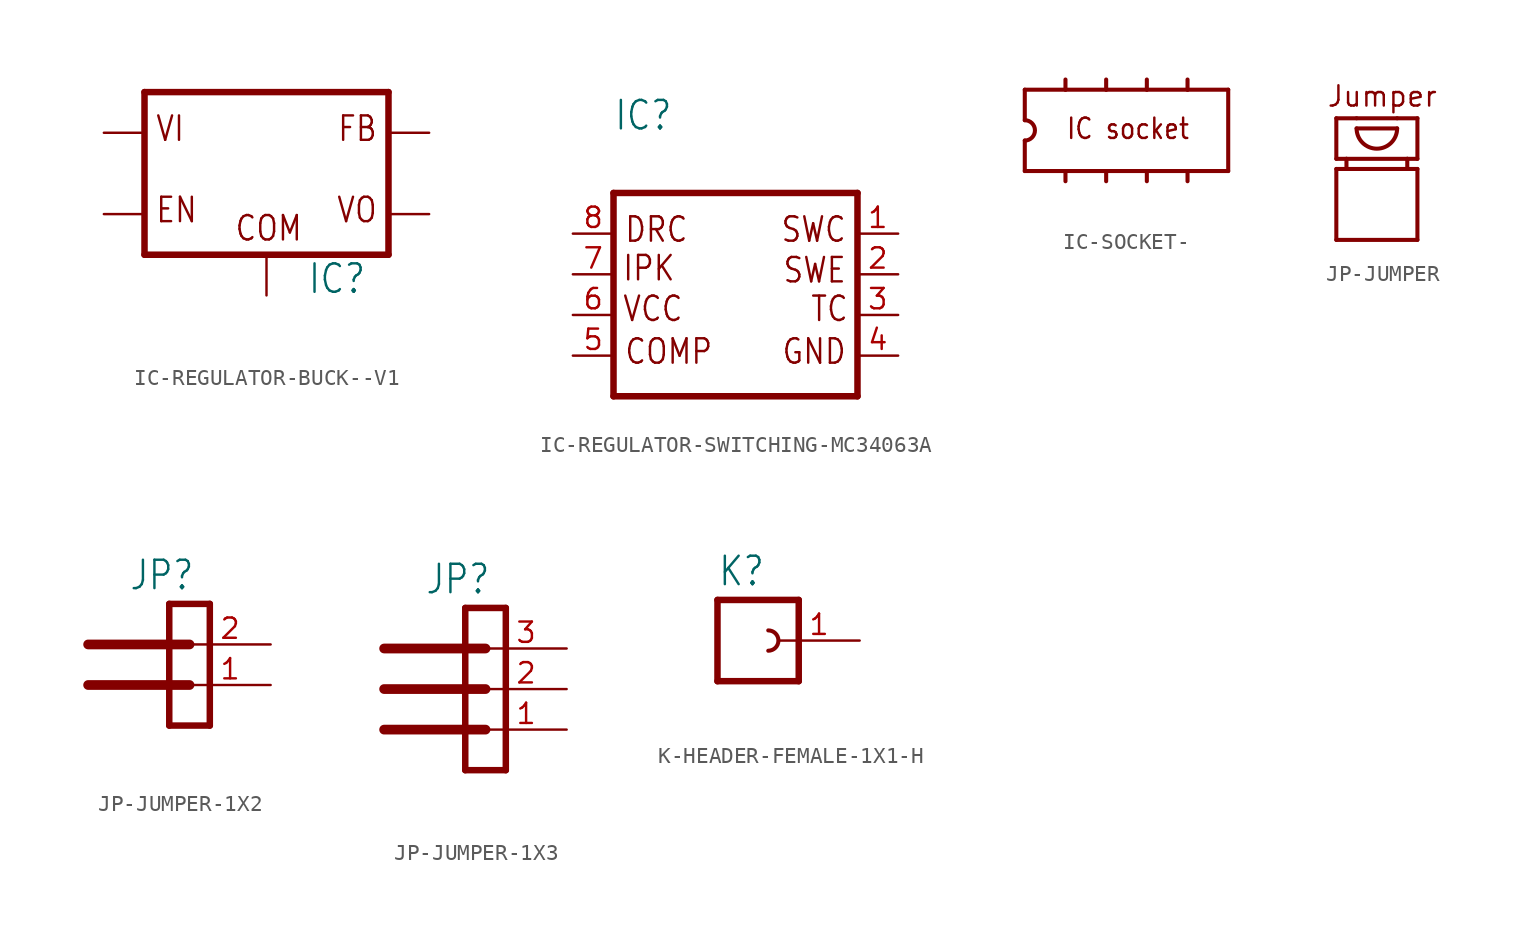
<source format=kicad_sym>
(kicad_symbol_lib
  (version 20231120)
  (generator "kicad_symbol_editor")
  (generator_version "8.0")
  (symbol "IC-REGULATOR-BUCK--V1"
    (property "Reference" "IC"
      (at 2.54 -7.62 0)
      (effects (font (size 1.778 1.511)) (justify left bottom)))
    (property "Value" ""
      (at 2.54 -10.16 0)
      (effects (font (size 1.778 1.511)) (justify left bottom)))
    (property "ki_locked" ""
      (at 0 0 0)
      (effects (font (size 1.27 1.27))))
    (symbol "IC-REGULATOR-BUCK--V1_1_0"
      (polyline (pts (xy -7.62 -5.08) (xy 7.62 -5.08)) (stroke (width 0.406) (type solid)) (fill (type none)))
      (polyline (pts (xy -7.62 5.08) (xy -7.62 -5.08)) (stroke (width 0.406) (type solid)) (fill (type none)))
      (polyline (pts (xy 7.62 -5.08) (xy 7.62 5.08)) (stroke (width 0.406) (type solid)) (fill (type none)))
      (polyline (pts (xy 7.62 5.08) (xy -7.62 5.08)) (stroke (width 0.406) (type solid)) (fill (type none)))
      (text "COM" (at -2.032 -4.318 0) (effects (font (size 1.524 1.295)) (justify left bottom)))
      (text "EN" (at -6.985 -3.175 0) (effects (font (size 1.524 1.295)) (justify left bottom)))
      (text "FB" (at 6.985 1.905 0) (effects (font (size 1.524 1.295)) (justify right bottom)))
      (text "VI" (at -6.985 1.905 0) (effects (font (size 1.524 1.295)) (justify left bottom)))
      (text "VO" (at 6.985 -3.175 0) (effects (font (size 1.524 1.295)) (justify right bottom)))
      (pin input line (at -10.16 2.54 0) (length 2.54) (name "VI" (effects (font (size 0 0)))) (number "1" (effects (font (size 0 0)))))
      (pin passive line (at 10.16 -2.54 180) (length 2.54) (name "VO" (effects (font (size 0 0)))) (number "2" (effects (font (size 0 0)))))
      (pin input line (at 0 -7.62 90) (length 2.54) (name "COM" (effects (font (size 0 0)))) (number "3" (effects (font (size 0 0)))))
      (pin passive line (at 10.16 2.54 180) (length 2.54) (name "FB" (effects (font (size 0 0)))) (number "4" (effects (font (size 0 0)))))
      (pin input line (at -10.16 -2.54 0) (length 2.54) (name "EN" (effects (font (size 0 0)))) (number "5" (effects (font (size 0 0)))))))
  (symbol "IC-REGULATOR-SWITCHING-MC34063A"
    (property "Reference" "IC"
      (at -7.62 11.43 0)
      (effects (font (size 1.778 1.511)) (justify left bottom)))
    (property "Value" ""
      (at -7.62 8.89 0)
      (effects (font (size 1.778 1.511)) (justify left bottom)))
    (property "ki_locked" ""
      (at 0 0 0)
      (effects (font (size 1.27 1.27))))
    (symbol "IC-REGULATOR-SWITCHING-MC34063A_1_0"
      (polyline (pts (xy -7.62 -5.08) (xy 7.62 -5.08)) (stroke (width 0.406) (type solid)) (fill (type none)))
      (polyline (pts (xy -7.62 7.62) (xy -7.62 -5.08)) (stroke (width 0.406) (type solid)) (fill (type none)))
      (polyline (pts (xy 7.62 -5.08) (xy 7.62 7.62)) (stroke (width 0.406) (type solid)) (fill (type none)))
      (polyline (pts (xy 7.62 7.62) (xy -7.62 7.62)) (stroke (width 0.406) (type solid)) (fill (type none)))
      (text "COMP" (at -6.985 -3.175 0) (effects (font (size 1.524 1.295)) (justify left bottom)))
      (text "DRC" (at -6.985 4.445 0) (effects (font (size 1.524 1.295)) (justify left bottom)))
      (text "GND" (at 6.985 -3.175 0) (effects (font (size 1.524 1.295)) (justify right bottom)))
      (text "IPK" (at -7.112 2.032 0) (effects (font (size 1.524 1.295)) (justify left bottom)))
      (text "SWC" (at 6.985 4.445 0) (effects (font (size 1.524 1.295)) (justify right bottom)))
      (text "SWE" (at 6.985 1.905 0) (effects (font (size 1.524 1.295)) (justify right bottom)))
      (text "TC" (at 7.112 -0.508 0) (effects (font (size 1.524 1.295)) (justify right bottom)))
      (text "VCC" (at -7.112 -0.508 0) (effects (font (size 1.524 1.295)) (justify left bottom)))
      (pin bidirectional line (at 10.16 5.08 180) (length 2.54) (name "1" (effects (font (size 0 0)))) (number "1" (effects (font (size 1.27 1.27)))))
      (pin bidirectional line (at 10.16 2.54 180) (length 2.54) (name "2" (effects (font (size 0 0)))) (number "2" (effects (font (size 1.27 1.27)))))
      (pin input line (at 10.16 0 180) (length 2.54) (name "3" (effects (font (size 0 0)))) (number "3" (effects (font (size 1.27 1.27)))))
      (pin input line (at 10.16 -2.54 180) (length 2.54) (name "4" (effects (font (size 0 0)))) (number "4" (effects (font (size 1.27 1.27)))))
      (pin input line (at -10.16 -2.54 0) (length 2.54) (name "5" (effects (font (size 0 0)))) (number "5" (effects (font (size 1.27 1.27)))))
      (pin input line (at -10.16 0 0) (length 2.54) (name "6" (effects (font (size 0 0)))) (number "6" (effects (font (size 1.27 1.27)))))
      (pin input line (at -10.16 2.54 0) (length 2.54) (name "7" (effects (font (size 0 0)))) (number "7" (effects (font (size 1.27 1.27)))))
      (pin input line (at -10.16 5.08 0) (length 2.54) (name "8" (effects (font (size 0 0)))) (number "8" (effects (font (size 1.27 1.27)))))))
  (symbol "IC-SOCKET-"
    (property "Reference" ""
      (at 0 0 0)
      (effects (font (size 1.27 1.27)) (hide yes)))
    (property "Value" ""
      (at -7.62 -5.08 0)
      (effects (font (size 1.27 1.079)) (justify left bottom)))
    (property "ki_locked" ""
      (at 0 0 0)
      (effects (font (size 1.27 1.27))))
    (symbol "IC-SOCKET-_1_0"
      (arc (start -7.62 -0.635) (mid -6.985 0) (end -7.62 0.635) (stroke (width 0.254) (type solid)) (fill (type none)))
      (polyline (pts (xy -7.62 -0.635) (xy -7.62 -2.54)) (stroke (width 0.254) (type solid)) (fill (type none)))
      (polyline (pts (xy -7.62 2.54) (xy -7.62 0.635)) (stroke (width 0.254) (type solid)) (fill (type none)))
      (polyline (pts (xy -7.62 2.54) (xy -5.08 2.54)) (stroke (width 0.254) (type solid)) (fill (type none)))
      (polyline (pts (xy -5.08 -2.54) (xy -7.62 -2.54)) (stroke (width 0.254) (type solid)) (fill (type none)))
      (polyline (pts (xy -5.08 -2.54) (xy -5.08 -3.175)) (stroke (width 0.254) (type solid)) (fill (type none)))
      (polyline (pts (xy -5.08 2.54) (xy -2.54 2.54)) (stroke (width 0.254) (type solid)) (fill (type none)))
      (polyline (pts (xy -5.08 3.175) (xy -5.08 2.54)) (stroke (width 0.254) (type solid)) (fill (type none)))
      (polyline (pts (xy -2.54 -2.54) (xy -5.08 -2.54)) (stroke (width 0.254) (type solid)) (fill (type none)))
      (polyline (pts (xy -2.54 -2.54) (xy -2.54 -3.175)) (stroke (width 0.254) (type solid)) (fill (type none)))
      (polyline (pts (xy -2.54 2.54) (xy 0 2.54)) (stroke (width 0.254) (type solid)) (fill (type none)))
      (polyline (pts (xy -2.54 3.175) (xy -2.54 2.54)) (stroke (width 0.254) (type solid)) (fill (type none)))
      (polyline (pts (xy 0 -2.54) (xy -2.54 -2.54)) (stroke (width 0.254) (type solid)) (fill (type none)))
      (polyline (pts (xy 0 -2.54) (xy 0 -3.175)) (stroke (width 0.254) (type solid)) (fill (type none)))
      (polyline (pts (xy 0 2.54) (xy 2.54 2.54)) (stroke (width 0.254) (type solid)) (fill (type none)))
      (polyline (pts (xy 0 3.175) (xy 0 2.54)) (stroke (width 0.254) (type solid)) (fill (type none)))
      (polyline (pts (xy 2.54 -2.54) (xy 0 -2.54)) (stroke (width 0.254) (type solid)) (fill (type none)))
      (polyline (pts (xy 2.54 -2.54) (xy 2.54 -3.175)) (stroke (width 0.254) (type solid)) (fill (type none)))
      (polyline (pts (xy 2.54 2.54) (xy 5.08 2.54)) (stroke (width 0.254) (type solid)) (fill (type none)))
      (polyline (pts (xy 2.54 3.175) (xy 2.54 2.54)) (stroke (width 0.254) (type solid)) (fill (type none)))
      (polyline (pts (xy 5.08 -2.54) (xy 2.54 -2.54)) (stroke (width 0.254) (type solid)) (fill (type none)))
      (polyline (pts (xy 5.08 2.54) (xy 5.08 -2.54)) (stroke (width 0.254) (type solid)) (fill (type none)))
      (text "IC socket" (at -5.08 -0.635 0) (effects (font (size 1.27 1.079)) (justify left bottom)))))
  (symbol "JP-JUMPER"
    (property "Reference" ""
      (at 0 0 0)
      (effects (font (size 1.27 1.27)) (hide yes)))
    (property "ki_locked" ""
      (at 0 0 0)
      (effects (font (size 1.27 1.27))))
    (symbol "JP-JUMPER_1_0"
      (arc (start -1.27 4.445) (mid 0 3.175) (end 1.27 4.445) (stroke (width 0.254) (type solid)) (fill (type none)))
      (polyline (pts (xy -2.54 -2.54) (xy -2.54 1.905)) (stroke (width 0.254) (type solid)) (fill (type none)))
      (polyline (pts (xy -2.54 2.54) (xy -2.54 5.08)) (stroke (width 0.254) (type solid)) (fill (type none)))
      (polyline (pts (xy -2.54 2.54) (xy -1.905 2.54)) (stroke (width 0.254) (type solid)) (fill (type none)))
      (polyline (pts (xy -2.54 5.08) (xy -1.27 5.08)) (stroke (width 0.254) (type solid)) (fill (type none)))
      (polyline (pts (xy -1.905 1.905) (xy -2.54 1.905)) (stroke (width 0.254) (type solid)) (fill (type none)))
      (polyline (pts (xy -1.905 1.905) (xy 1.905 1.905)) (stroke (width 0.254) (type solid)) (fill (type none)))
      (polyline (pts (xy -1.905 2.54) (xy -1.905 1.905)) (stroke (width 0.254) (type solid)) (fill (type none)))
      (polyline (pts (xy -1.905 2.54) (xy 1.905 2.54)) (stroke (width 0.254) (type solid)) (fill (type none)))
      (polyline (pts (xy -1.27 4.445) (xy 1.27 4.445)) (stroke (width 0.254) (type solid)) (fill (type none)))
      (polyline (pts (xy -1.27 5.08) (xy 1.27 5.08)) (stroke (width 0.254) (type solid)) (fill (type none)))
      (polyline (pts (xy 1.27 5.08) (xy 2.54 5.08)) (stroke (width 0.254) (type solid)) (fill (type none)))
      (polyline (pts (xy 1.905 1.905) (xy 2.54 1.905)) (stroke (width 0.254) (type solid)) (fill (type none)))
      (polyline (pts (xy 1.905 2.54) (xy 1.905 1.905)) (stroke (width 0.254) (type solid)) (fill (type none)))
      (polyline (pts (xy 2.54 -2.54) (xy -2.54 -2.54)) (stroke (width 0.254) (type solid)) (fill (type none)))
      (polyline (pts (xy 2.54 1.905) (xy 2.54 -2.54)) (stroke (width 0.254) (type solid)) (fill (type none)))
      (polyline (pts (xy 2.54 2.54) (xy 1.905 2.54)) (stroke (width 0.254) (type solid)) (fill (type none)))
      (polyline (pts (xy 2.54 5.08) (xy 2.54 2.54)) (stroke (width 0.254) (type solid)) (fill (type none)))
      (text "Jumper" (at -3.175 5.715 0) (effects (font (size 1.27 1.27)) (justify left bottom)))))
  (symbol "JP-JUMPER-1X2"
    (property "Reference" "JP"
      (at 1.27 3.302 0)
      (effects (font (size 1.778 1.511)) (justify left bottom)))
    (property "Value" ""
      (at 1.27 -7.62 0)
      (effects (font (size 1.778 1.511)) (justify left bottom)))
    (property "ki_locked" ""
      (at 0 0 0)
      (effects (font (size 1.27 1.27))))
    (symbol "JP-JUMPER-1X2_1_0"
      (polyline (pts (xy -1.27 -2.54) (xy 5.08 -2.54)) (stroke (width 0.61) (type solid)) (fill (type none)))
      (polyline (pts (xy -1.27 0) (xy 5.08 0)) (stroke (width 0.61) (type solid)) (fill (type none)))
      (polyline (pts (xy 3.81 2.54) (xy 3.81 -5.08)) (stroke (width 0.406) (type solid)) (fill (type none)))
      (polyline (pts (xy 3.81 2.54) (xy 6.35 2.54)) (stroke (width 0.406) (type solid)) (fill (type none)))
      (polyline (pts (xy 6.35 -5.08) (xy 3.81 -5.08)) (stroke (width 0.406) (type solid)) (fill (type none)))
      (polyline (pts (xy 6.35 -5.08) (xy 6.35 2.54)) (stroke (width 0.406) (type solid)) (fill (type none)))
      (pin passive line (at 10.16 -2.54 180) (length 5.08) (name "1" (effects (font (size 0 0)))) (number "1" (effects (font (size 1.27 1.27)))))
      (pin passive line (at 10.16 0 180) (length 5.08) (name "2" (effects (font (size 0 0)))) (number "2" (effects (font (size 1.27 1.27)))))))
  (symbol "JP-JUMPER-1X3"
    (property "Reference" "JP"
      (at 1.27 5.842 0)
      (effects (font (size 1.778 1.511)) (justify left bottom)))
    (property "Value" ""
      (at 1.27 -7.62 0)
      (effects (font (size 1.778 1.511)) (justify left bottom)))
    (property "ki_locked" ""
      (at 0 0 0)
      (effects (font (size 1.27 1.27))))
    (symbol "JP-JUMPER-1X3_1_0"
      (polyline (pts (xy -1.27 -2.54) (xy 5.08 -2.54)) (stroke (width 0.61) (type solid)) (fill (type none)))
      (polyline (pts (xy -1.27 0) (xy 5.08 0)) (stroke (width 0.61) (type solid)) (fill (type none)))
      (polyline (pts (xy -1.27 2.54) (xy 5.08 2.54)) (stroke (width 0.61) (type solid)) (fill (type none)))
      (polyline (pts (xy 3.81 5.08) (xy 3.81 -5.08)) (stroke (width 0.406) (type solid)) (fill (type none)))
      (polyline (pts (xy 3.81 5.08) (xy 6.35 5.08)) (stroke (width 0.406) (type solid)) (fill (type none)))
      (polyline (pts (xy 6.35 -5.08) (xy 3.81 -5.08)) (stroke (width 0.406) (type solid)) (fill (type none)))
      (polyline (pts (xy 6.35 -5.08) (xy 6.35 5.08)) (stroke (width 0.406) (type solid)) (fill (type none)))
      (pin passive line (at 10.16 -2.54 180) (length 5.08) (name "1" (effects (font (size 0 0)))) (number "1" (effects (font (size 1.27 1.27)))))
      (pin passive line (at 10.16 0 180) (length 5.08) (name "2" (effects (font (size 0 0)))) (number "2" (effects (font (size 1.27 1.27)))))
      (pin passive line (at 10.16 2.54 180) (length 5.08) (name "3" (effects (font (size 0 0)))) (number "3" (effects (font (size 1.27 1.27)))))))
  (symbol "K-HEADER-FEMALE-1X1-H"
    (property "Reference" "K"
      (at -1.27 3.302 0)
      (effects (font (size 1.778 1.511)) (justify left bottom)))
    (property "Value" ""
      (at -1.27 -5.08 0)
      (effects (font (size 1.778 1.511)) (justify left bottom)))
    (property "ki_locked" ""
      (at 0 0 0)
      (effects (font (size 1.27 1.27))))
    (symbol "K-HEADER-FEMALE-1X1-H_1_0"
      (polyline (pts (xy -1.27 2.54) (xy -1.27 -2.54)) (stroke (width 0.406) (type solid)) (fill (type none)))
      (polyline (pts (xy -1.27 2.54) (xy 3.81 2.54)) (stroke (width 0.406) (type solid)) (fill (type none)))
      (polyline (pts (xy 3.81 -2.54) (xy -1.27 -2.54)) (stroke (width 0.406) (type solid)) (fill (type none)))
      (polyline (pts (xy 3.81 -2.54) (xy 3.81 2.54)) (stroke (width 0.406) (type solid)) (fill (type none)))
      (arc (start 1.905 -0.635) (mid 2.54 0) (end 1.905 0.635) (stroke (width 0.254) (type solid)) (fill (type none)))
      (pin passive line (at 7.62 0 180) (length 5.08) (name "1" (effects (font (size 0 0)))) (number "1" (effects (font (size 1.27 1.27))))))))
</source>
